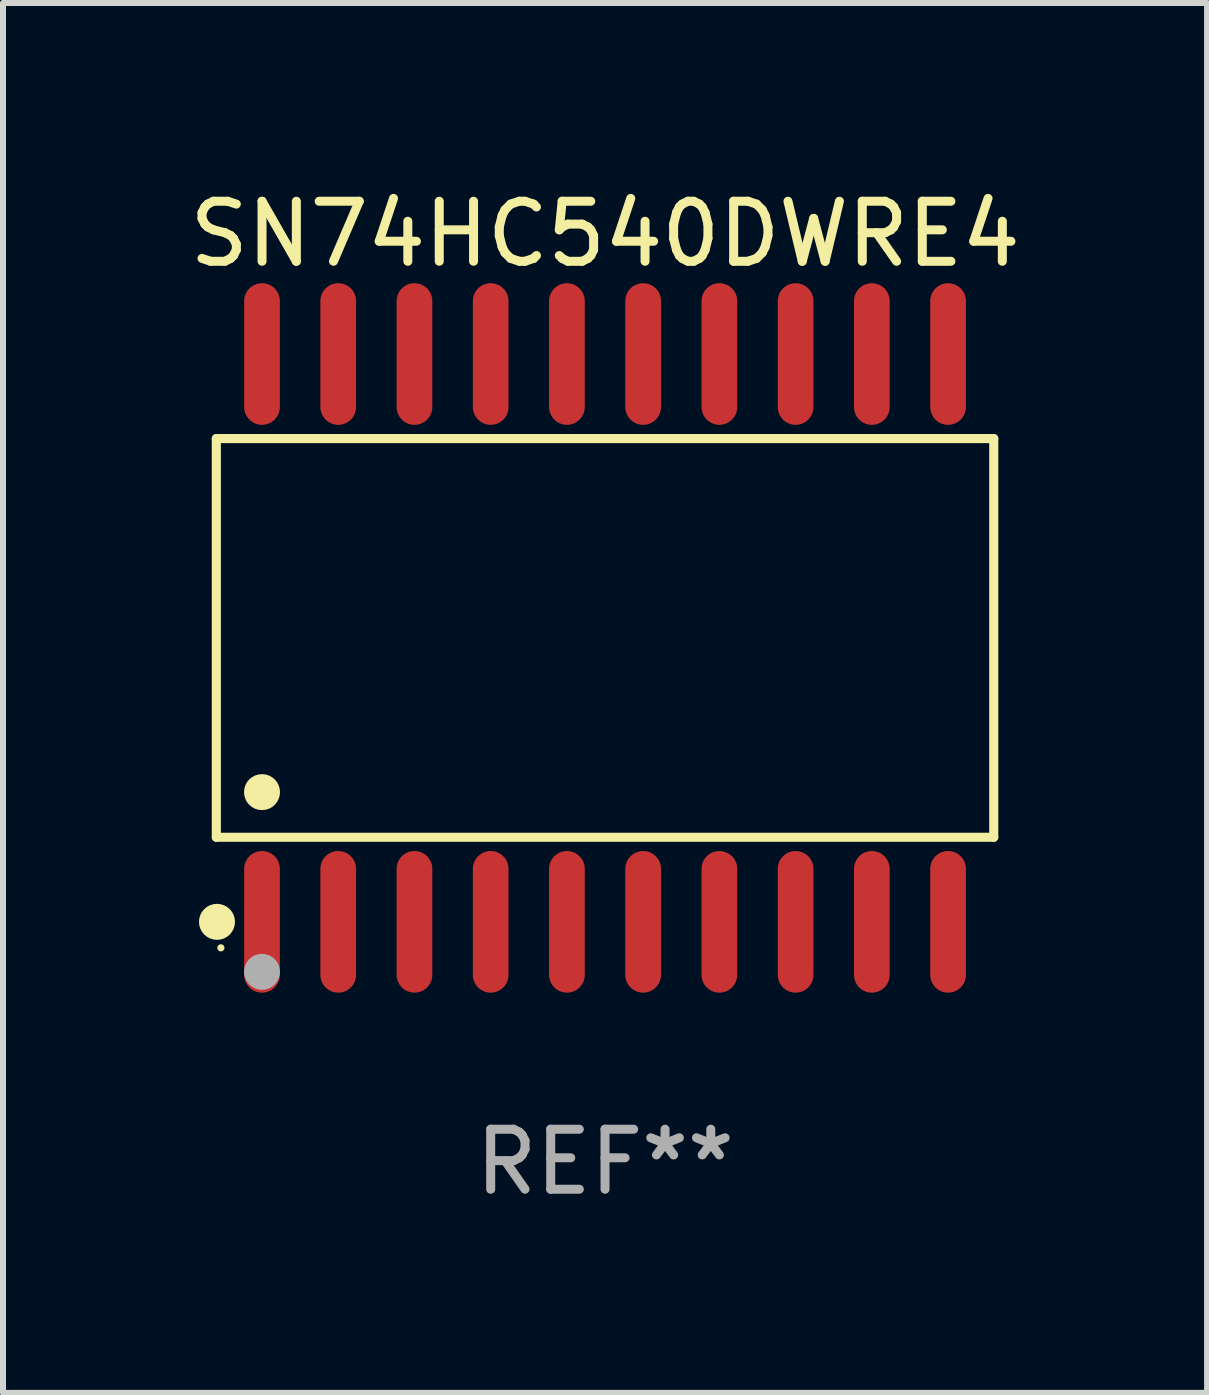
<source format=kicad_pcb>
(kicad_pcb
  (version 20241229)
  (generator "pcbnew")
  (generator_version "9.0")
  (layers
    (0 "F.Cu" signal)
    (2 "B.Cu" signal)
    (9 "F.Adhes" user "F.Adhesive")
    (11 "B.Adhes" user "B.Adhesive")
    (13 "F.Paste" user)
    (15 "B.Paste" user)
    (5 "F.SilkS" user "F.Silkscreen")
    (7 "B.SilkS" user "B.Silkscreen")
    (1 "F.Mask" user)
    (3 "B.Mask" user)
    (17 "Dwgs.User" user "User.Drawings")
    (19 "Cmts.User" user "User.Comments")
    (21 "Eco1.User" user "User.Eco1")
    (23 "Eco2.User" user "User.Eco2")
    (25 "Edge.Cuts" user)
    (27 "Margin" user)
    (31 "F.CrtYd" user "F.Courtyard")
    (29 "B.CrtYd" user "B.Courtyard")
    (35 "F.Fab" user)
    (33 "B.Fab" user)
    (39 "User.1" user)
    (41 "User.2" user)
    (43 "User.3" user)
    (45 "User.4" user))
  (footprint "SN74HC540DWRE4"
    (layer "F.Cu")
    (at 7.03 7.578)
    (property "Reference" "SN74HC540DWRE4" (at 0 -6.73 0) (layer "F.SilkS") (effects (font (size 1 1) (thickness 0.15))))
    (attr through_hole)
    (fp_line (start -6.476 -3.321) (end 6.476 -3.321) (stroke (width 0.152) (type solid)) (layer "F.SilkS"))
    (fp_line (start -6.476 3.321) (end -6.476 -3.321) (stroke (width 0.152) (type solid)) (layer "F.SilkS"))
    (fp_line (start 6.476 -3.321) (end 6.476 3.321) (stroke (width 0.152) (type solid)) (layer "F.SilkS"))
    (fp_line (start 6.476 3.321) (end -6.476 3.321) (stroke (width 0.152) (type solid)) (layer "F.SilkS"))
    (fp_circle (center -6.465 4.73) (end -6.315 4.73) (stroke (width 0.3) (type solid)) (fill no) (layer "F.SilkS"))
    (fp_circle (center -6.4 5.163) (end -6.37 5.163) (stroke (width 0.06) (type solid)) (fill no) (layer "F.SilkS"))
    (fp_circle (center -5.715 2.569) (end -5.565 2.569) (stroke (width 0.3) (type solid)) (fill no) (layer "F.SilkS"))
    (fp_circle (center -5.715 5.563) (end -5.565 5.563) (stroke (width 0.3) (type solid)) (fill no) (layer "F.Fab"))
    (fp_text user "REF**" (at 0 8.73 0) (layer "F.Fab") (effects (font (size 1 1) (thickness 0.15))))
    (pad "1" smd oval (at -5.715 4.73) (size 0.595 2.36) (layers "F.Cu" "F.Mask" "F.Paste"))
    (pad "2" smd oval (at -4.445 4.73) (size 0.595 2.36) (layers "F.Cu" "F.Mask" "F.Paste"))
    (pad "3" smd oval (at -3.175 4.73) (size 0.595 2.36) (layers "F.Cu" "F.Mask" "F.Paste"))
    (pad "4" smd oval (at -1.905 4.73) (size 0.595 2.36) (layers "F.Cu" "F.Mask" "F.Paste"))
    (pad "5" smd oval (at -0.635 4.73) (size 0.595 2.36) (layers "F.Cu" "F.Mask" "F.Paste"))
    (pad "6" smd oval (at 0.635 4.73) (size 0.595 2.36) (layers "F.Cu" "F.Mask" "F.Paste"))
    (pad "7" smd oval (at 1.905 4.73) (size 0.595 2.36) (layers "F.Cu" "F.Mask" "F.Paste"))
    (pad "8" smd oval (at 3.175 4.73) (size 0.595 2.36) (layers "F.Cu" "F.Mask" "F.Paste"))
    (pad "9" smd oval (at 4.445 4.73) (size 0.595 2.36) (layers "F.Cu" "F.Mask" "F.Paste"))
    (pad "10" smd oval (at 5.715 4.73) (size 0.595 2.36) (layers "F.Cu" "F.Mask" "F.Paste"))
    (pad "11" smd oval (at 5.715 -4.73) (size 0.595 2.36) (layers "F.Cu" "F.Mask" "F.Paste"))
    (pad "12" smd oval (at 4.445 -4.73) (size 0.595 2.36) (layers "F.Cu" "F.Mask" "F.Paste"))
    (pad "13" smd oval (at 3.175 -4.73) (size 0.595 2.36) (layers "F.Cu" "F.Mask" "F.Paste"))
    (pad "14" smd oval (at 1.905 -4.73) (size 0.595 2.36) (layers "F.Cu" "F.Mask" "F.Paste"))
    (pad "15" smd oval (at 0.635 -4.73) (size 0.595 2.36) (layers "F.Cu" "F.Mask" "F.Paste"))
    (pad "16" smd oval (at -0.635 -4.73) (size 0.595 2.36) (layers "F.Cu" "F.Mask" "F.Paste"))
    (pad "17" smd oval (at -1.905 -4.73) (size 0.595 2.36) (layers "F.Cu" "F.Mask" "F.Paste"))
    (pad "18" smd oval (at -3.175 -4.73) (size 0.595 2.36) (layers "F.Cu" "F.Mask" "F.Paste"))
    (pad "19" smd oval (at -4.445 -4.73) (size 0.595 2.36) (layers "F.Cu" "F.Mask" "F.Paste"))
    (pad "20" smd oval (at -5.715 -4.73) (size 0.595 2.36) (layers "F.Cu" "F.Mask" "F.Paste")))
  (gr_rect
    (start -3 -3)
    (end 17.06 20.156)
    (stroke (width 0.1) (type default))
    (fill no)
    (layer "Edge.Cuts")))
</source>
